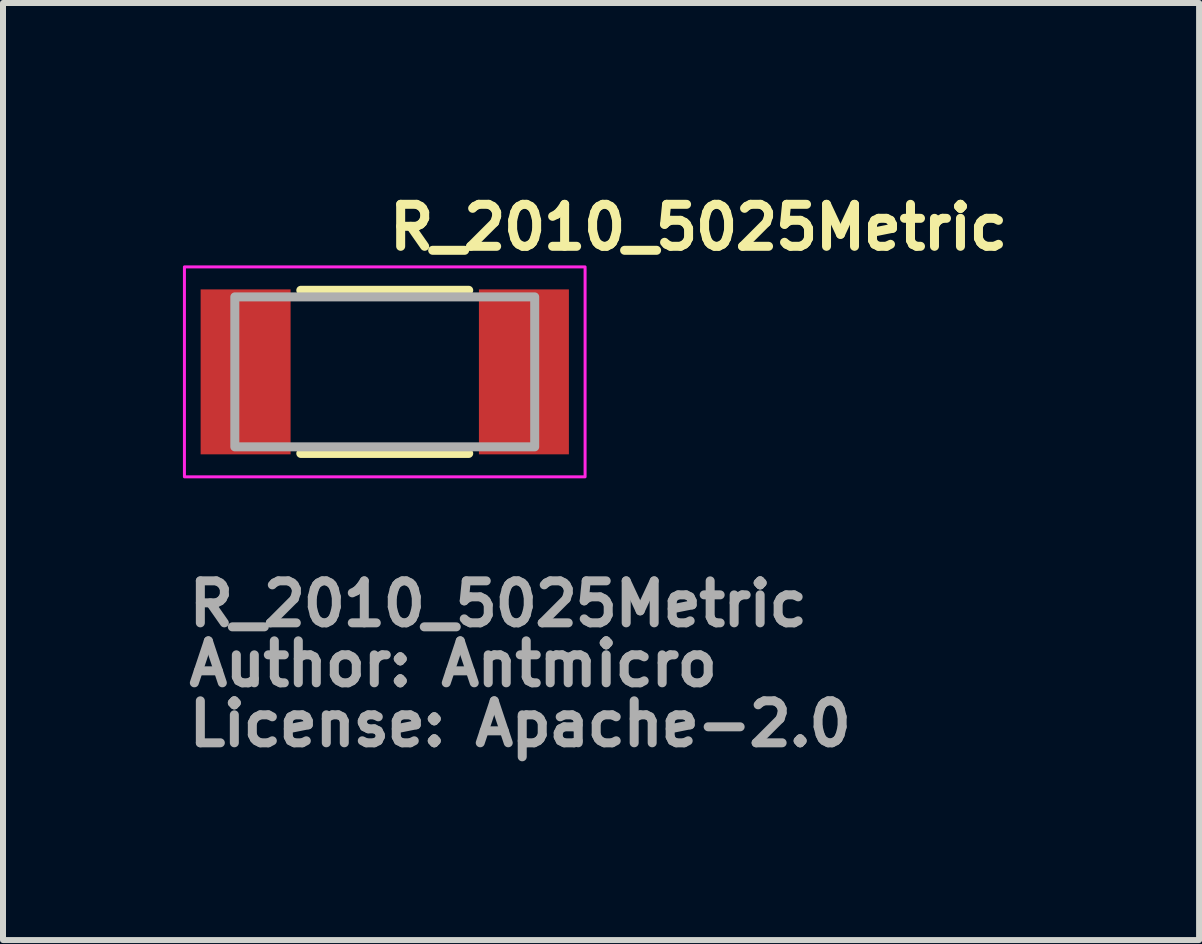
<source format=kicad_pcb>
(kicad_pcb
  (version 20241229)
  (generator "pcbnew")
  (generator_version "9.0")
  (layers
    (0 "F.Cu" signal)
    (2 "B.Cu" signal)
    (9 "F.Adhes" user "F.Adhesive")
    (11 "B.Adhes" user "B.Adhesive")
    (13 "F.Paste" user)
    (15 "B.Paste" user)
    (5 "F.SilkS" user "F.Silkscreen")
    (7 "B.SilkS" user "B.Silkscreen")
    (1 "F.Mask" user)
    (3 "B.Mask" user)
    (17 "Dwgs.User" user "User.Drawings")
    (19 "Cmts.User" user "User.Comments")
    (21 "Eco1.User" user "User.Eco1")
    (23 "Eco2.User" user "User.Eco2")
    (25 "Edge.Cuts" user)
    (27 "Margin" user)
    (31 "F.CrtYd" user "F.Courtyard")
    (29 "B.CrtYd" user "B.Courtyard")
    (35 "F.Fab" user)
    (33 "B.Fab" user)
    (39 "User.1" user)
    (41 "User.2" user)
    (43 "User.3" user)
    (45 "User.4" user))
  (footprint "R_2010_5025Metric"
    (layer "F.Cu")
    (at 3.365 3.15)
    (property "Reference" "R_2010_5025Metric" (at 0 -2 0) (layer "F.SilkS") (effects (font (size 0.7 0.7) (thickness 0.15)) (justify left bottom)))
    (attr smd)
    (fp_line (start -1.4 -1.36) (end 1.4 -1.36) (stroke (width 0.15) (type solid)) (layer "F.SilkS"))
    (fp_line (start -1.4 1.36) (end 1.4 1.36) (stroke (width 0.15) (type solid)) (layer "F.SilkS"))
    (fp_rect (start -3.34 -1.75) (end 3.34 1.75) (stroke (width 0.05) (type solid)) (fill no) (layer "F.CrtYd"))
    (fp_rect (start -2.5 -1.25) (end 2.5 1.25) (stroke (width 0.15) (type solid)) (fill no) (layer "F.Fab"))
    (fp_rect (start -2.5 -1.25) (end 2.5 1.25) (stroke (width 0.1) (type solid)) (fill no) (layer "User.5"))
    (fp_line (start -2.5 -1.25) (end -2.44 -1.25) (stroke (width 0.02) (type solid)) (layer "User.9"))
    (fp_line (start -2.5 1.249) (end -2.5 -1.25) (stroke (width 0.02) (type solid)) (layer "User.9"))
    (fp_line (start -2.5 1.249) (end -2.5 -1.25) (stroke (width 0.02) (type solid)) (layer "User.9"))
    (fp_line (start -2.5 1.249) (end -2.44 1.249) (stroke (width 0.02) (type solid)) (layer "User.9"))
    (fp_line (start -2.44 -1.25) (end -1.96 -1.25) (stroke (width 0.02) (type solid)) (layer "User.9"))
    (fp_line (start -2.44 1.249) (end -1.96 1.249) (stroke (width 0.02) (type solid)) (layer "User.9"))
    (fp_line (start -1.901 -1.25) (end -1.96 -1.25) (stroke (width 0.02) (type solid)) (layer "User.9"))
    (fp_line (start -1.901 -1.25) (end 1.898 -1.25) (stroke (width 0.02) (type solid)) (layer "User.9"))
    (fp_line (start -1.901 1.249) (end -1.96 1.249) (stroke (width 0.02) (type solid)) (layer "User.9"))
    (fp_line (start -1.901 1.249) (end -1.901 -1.25) (stroke (width 0.02) (type solid)) (layer "User.9"))
    (fp_line (start -1.901 1.249) (end 1.898 1.249) (stroke (width 0.02) (type solid)) (layer "User.9"))
    (fp_line (start 1.898 -1.25) (end 1.959 -1.25) (stroke (width 0.02) (type solid)) (layer "User.9"))
    (fp_line (start 1.898 1.249) (end 1.898 -1.25) (stroke (width 0.02) (type solid)) (layer "User.9"))
    (fp_line (start 1.898 1.249) (end 1.959 1.249) (stroke (width 0.02) (type solid)) (layer "User.9"))
    (fp_line (start 1.959 -1.25) (end 2.439 -1.25) (stroke (width 0.02) (type solid)) (layer "User.9"))
    (fp_line (start 1.959 1.249) (end 2.439 1.249) (stroke (width 0.02) (type solid)) (layer "User.9"))
    (fp_line (start 2.499 -1.25) (end 2.439 -1.25) (stroke (width 0.02) (type solid)) (layer "User.9"))
    (fp_line (start 2.499 1.249) (end 2.439 1.249) (stroke (width 0.02) (type solid)) (layer "User.9"))
    (fp_line (start 2.499 1.249) (end 2.499 -1.25) (stroke (width 0.02) (type solid)) (layer "User.9"))
    (fp_line (start 2.499 1.249) (end 2.499 -1.25) (stroke (width 0.02) (type solid)) (layer "User.9"))
    (fp_text user "Author: Antmicro" (at -3.34 5.278 0) (layer "F.Fab") (effects (font (size 0.7 0.7) (thickness 0.15)) (justify left bottom)))
    (fp_text user "${REFERENCE}" (at -3.34 4.278 0) (layer "F.Fab") (effects (font (size 0.7 0.7) (thickness 0.15)) (justify left bottom)))
    (fp_text user "License: Apache-2.0" (at -3.34 6.278 0) (layer "F.Fab") (effects (font (size 0.7 0.7) (thickness 0.15)) (justify left bottom)))
    (pad "1" smd rect (at -2.32 0) (size 1.5 2.75) (layers "F.Cu" "F.Mask" "F.Paste"))
    (pad "2" smd rect (at 2.32 0) (size 1.5 2.75) (layers "F.Cu" "F.Mask" "F.Paste")))
  (gr_rect
    (start -3 -3)
    (end 16.942 12.623)
    (stroke (width 0.1) (type default))
    (fill no)
    (layer "Edge.Cuts")))
</source>
